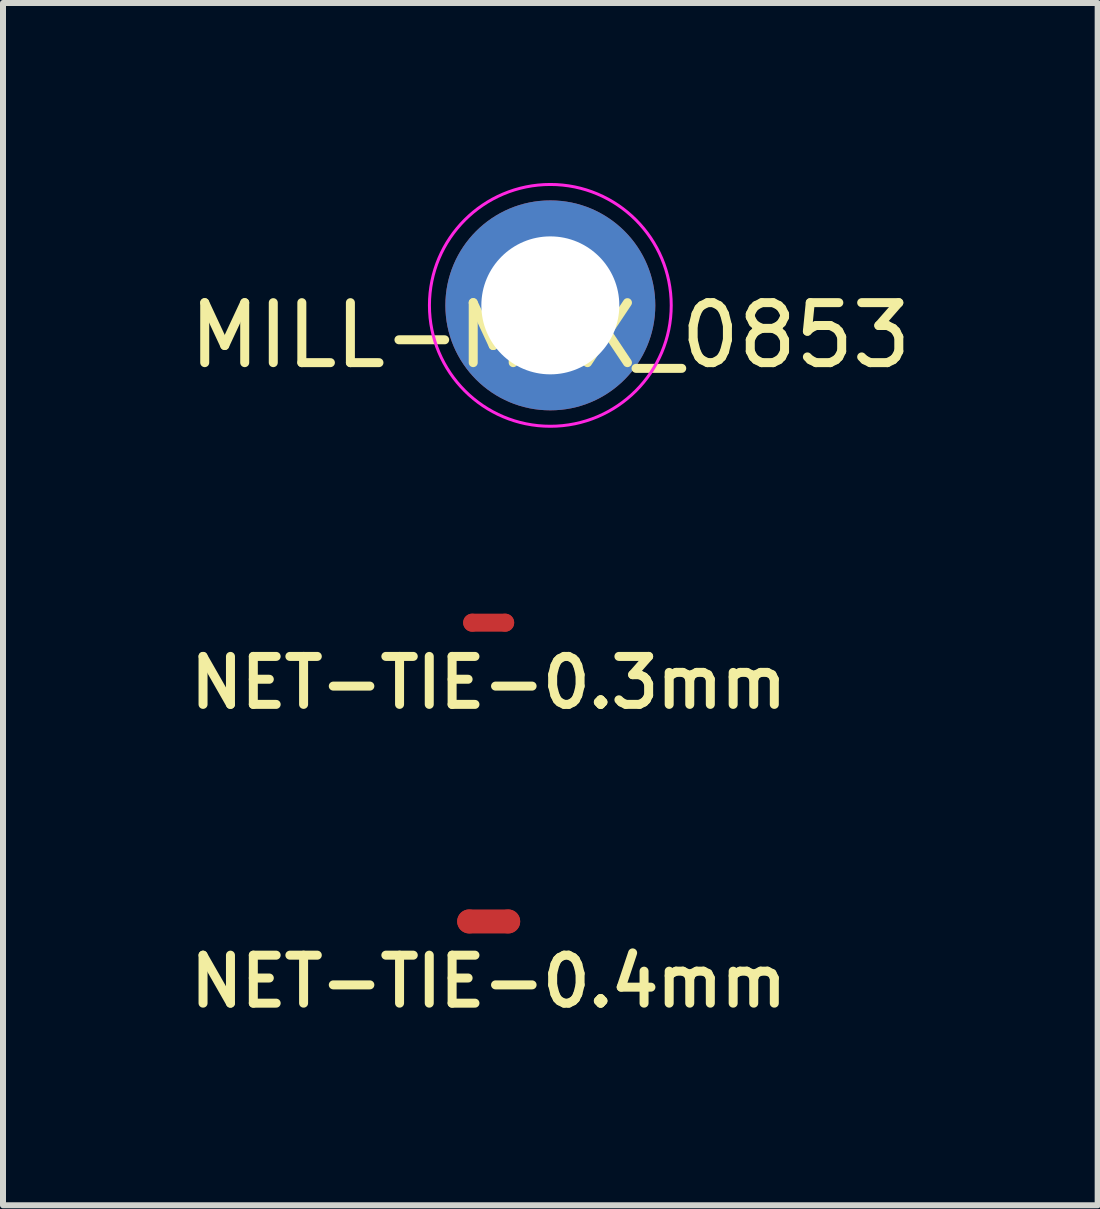
<source format=kicad_pcb>
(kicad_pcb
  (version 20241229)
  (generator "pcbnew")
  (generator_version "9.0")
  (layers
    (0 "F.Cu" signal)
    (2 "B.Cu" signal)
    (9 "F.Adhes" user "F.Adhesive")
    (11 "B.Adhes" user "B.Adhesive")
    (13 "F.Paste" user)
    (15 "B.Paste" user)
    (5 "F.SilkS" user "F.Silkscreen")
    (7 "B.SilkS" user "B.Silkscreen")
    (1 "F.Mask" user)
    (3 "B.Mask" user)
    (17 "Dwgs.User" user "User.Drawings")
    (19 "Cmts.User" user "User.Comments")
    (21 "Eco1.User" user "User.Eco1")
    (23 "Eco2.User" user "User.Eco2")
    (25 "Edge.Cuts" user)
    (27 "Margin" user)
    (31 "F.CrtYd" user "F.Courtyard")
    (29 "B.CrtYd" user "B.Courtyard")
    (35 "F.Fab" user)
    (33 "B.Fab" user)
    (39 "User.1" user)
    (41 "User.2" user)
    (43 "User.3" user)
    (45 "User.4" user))
  (footprint "MILL-MAX_0853"
    (layer "F.Cu")
    (at 6.125 2.041)
    (property "Reference" "MILL-MAX_0853" (at 0 0.5 0) (layer "F.SilkS") (effects (font (size 1 1) (thickness 0.15))))
    (attr through_hole)
    (fp_circle (center 0 0) (end 2 -0.25) (stroke (width 0.05) (type solid)) (fill no) (layer "F.CrtYd"))
    (pad "1" thru_hole circle (at 0 0) (size 3.5 3.5) (drill 2.3) (layers "*.Cu" "*.Mask")))
  (footprint "NET-TIE-0.4mm"
    (layer "F.Cu")
    (at 5.097 12.312)
    (property "Reference" "NET-TIE-0.4mm" (at 0 1 0) (layer "F.SilkS") (effects (font (size 0.8 0.8) (thickness 0.15))))
    (attr through_hole)
    (fp_line (start -0.325 0) (end 0.325 0) (stroke (width 0.4) (type solid)) (layer "F.Cu"))
    (pad "1" smd circle (at -0.325 0) (size 0.4 0.4) (layers "F.Cu"))
    (pad "2" smd circle (at 0.325 0) (size 0.4 0.4) (layers "F.Cu")))
  (footprint "NET-TIE-0.3mm"
    (layer "F.Cu")
    (at 5.097 7.331)
    (property "Reference" "NET-TIE-0.3mm" (at 0 1 0) (layer "F.SilkS") (effects (font (size 0.8 0.8) (thickness 0.15))))
    (attr through_hole)
    (fp_line (start -0.275 0) (end 0.275 0) (stroke (width 0.3) (type solid)) (layer "F.Cu"))
    (pad "1" smd circle (at -0.275 0) (size 0.3 0.3) (layers "F.Cu"))
    (pad "2" smd circle (at 0.275 0) (size 0.3 0.3) (layers "F.Cu")))
  (gr_rect
    (start -3 -3)
    (end 15.25 17.044)
    (stroke (width 0.1) (type default))
    (fill no)
    (layer "Edge.Cuts")))
</source>
